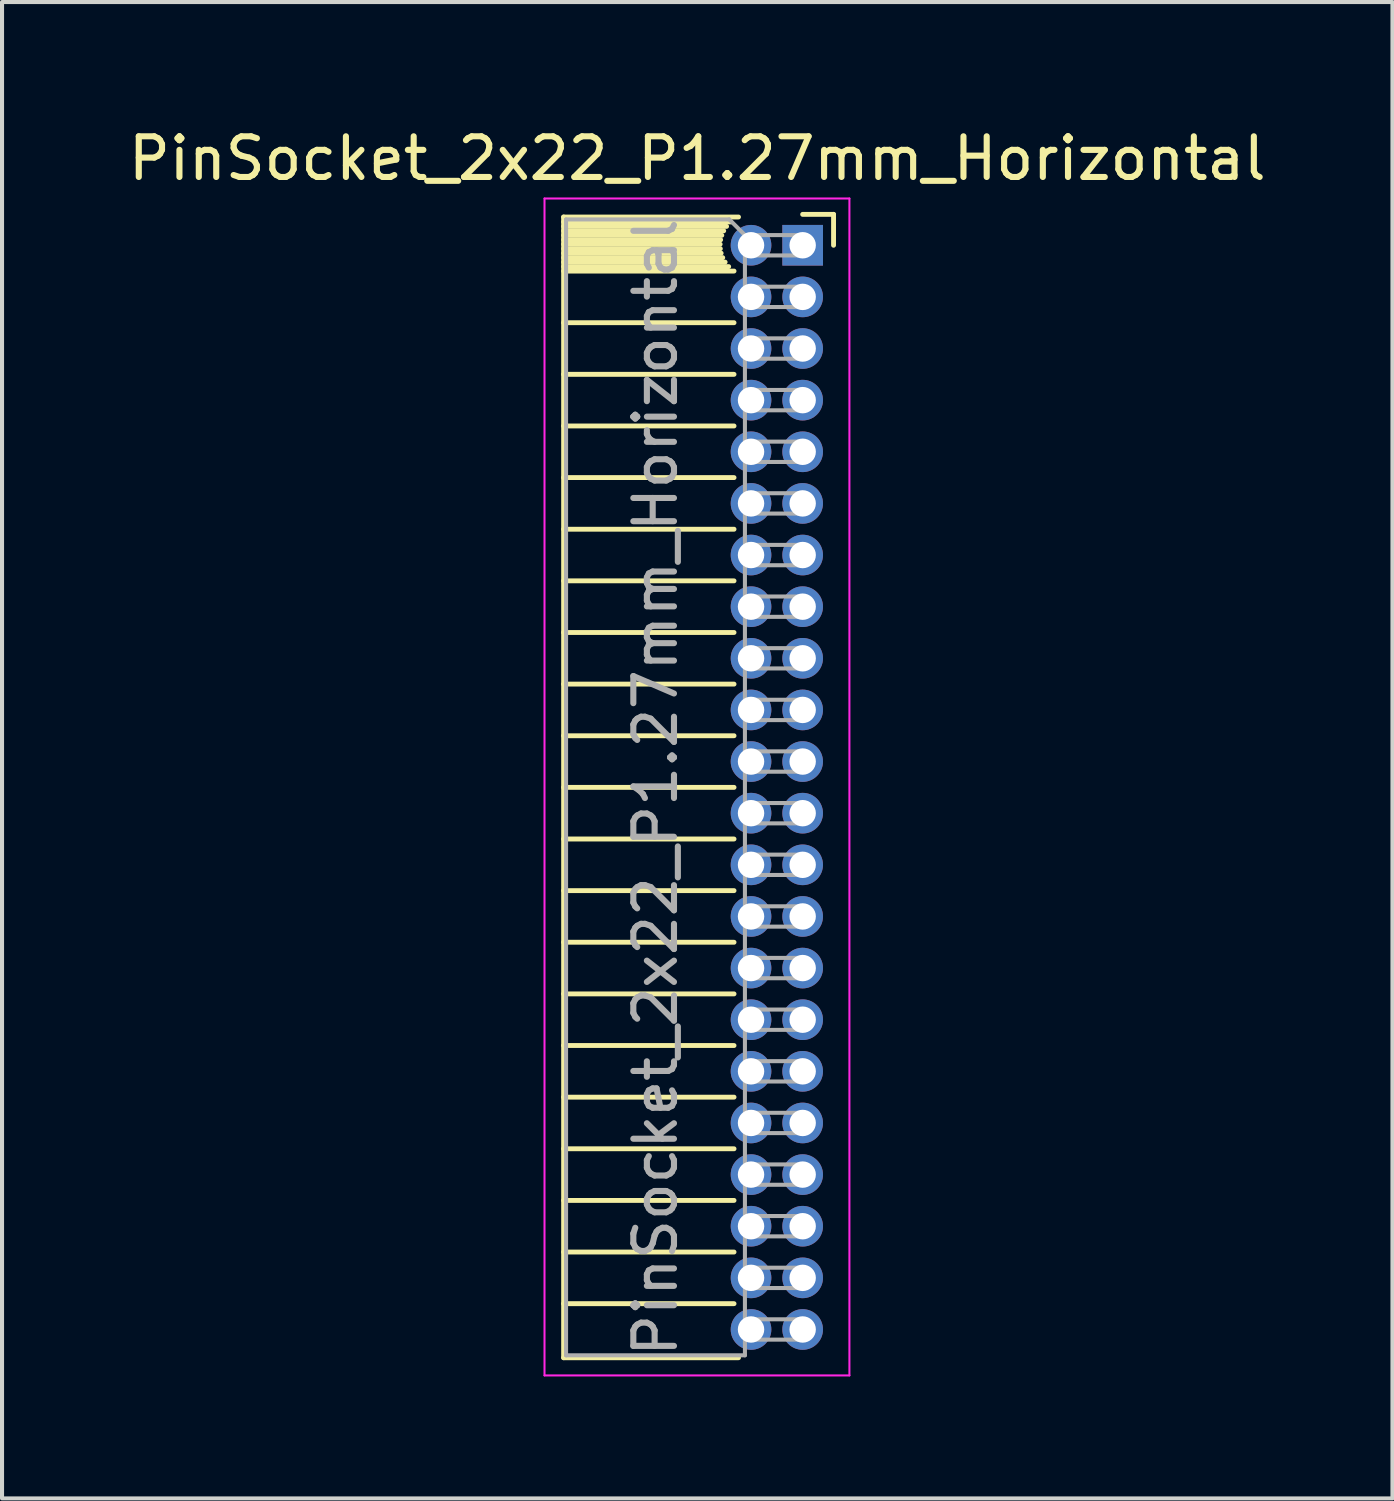
<source format=kicad_pcb>
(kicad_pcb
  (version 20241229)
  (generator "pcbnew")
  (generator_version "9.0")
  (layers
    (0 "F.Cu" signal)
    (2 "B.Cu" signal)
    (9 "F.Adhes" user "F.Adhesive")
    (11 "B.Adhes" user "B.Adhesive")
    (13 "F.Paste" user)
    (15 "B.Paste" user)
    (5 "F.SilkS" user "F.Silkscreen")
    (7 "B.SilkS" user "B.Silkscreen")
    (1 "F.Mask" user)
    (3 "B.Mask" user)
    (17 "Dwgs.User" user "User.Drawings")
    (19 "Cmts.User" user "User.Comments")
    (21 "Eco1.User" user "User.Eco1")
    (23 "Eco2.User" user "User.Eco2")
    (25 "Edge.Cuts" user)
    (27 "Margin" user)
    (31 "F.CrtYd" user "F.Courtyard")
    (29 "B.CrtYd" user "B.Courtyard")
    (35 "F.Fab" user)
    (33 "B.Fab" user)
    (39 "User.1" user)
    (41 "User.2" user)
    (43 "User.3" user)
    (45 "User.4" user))
  (footprint "PinSocket_2x22_P1.27mm_Horizontal"
    (layer "F.Cu")
    (at 16.694 2.983)
    (property "Reference" "PinSocket_2x22_P1.27mm_Horizontal" (at -2.592 -2.135 0) (layer "F.SilkS") (effects (font (size 1 1) (thickness 0.15))))
    (attr through_hole)
    (fp_line (start -5.88 -0.695) (end -5.88 27.365) (stroke (width 0.12) (type solid)) (layer "F.SilkS"))
    (fp_line (start -5.88 -0.695) (end -1.578 -0.695) (stroke (width 0.12) (type solid)) (layer "F.SilkS"))
    (fp_line (start -5.88 -0.575) (end -1.767 -0.575) (stroke (width 0.12) (type solid)) (layer "F.SilkS"))
    (fp_line (start -5.88 -0.465) (end -1.871 -0.465) (stroke (width 0.12) (type solid)) (layer "F.SilkS"))
    (fp_line (start -5.88 -0.355) (end -1.942 -0.355) (stroke (width 0.12) (type solid)) (layer "F.SilkS"))
    (fp_line (start -5.88 -0.245) (end -1.989 -0.245) (stroke (width 0.12) (type solid)) (layer "F.SilkS"))
    (fp_line (start -5.88 -0.135) (end -2.018 -0.135) (stroke (width 0.12) (type solid)) (layer "F.SilkS"))
    (fp_line (start -5.88 -0.025) (end -2.03 -0.025) (stroke (width 0.12) (type solid)) (layer "F.SilkS"))
    (fp_line (start -5.88 0.085) (end -2.025 0.085) (stroke (width 0.12) (type solid)) (layer "F.SilkS"))
    (fp_line (start -5.88 0.195) (end -2.005 0.195) (stroke (width 0.12) (type solid)) (layer "F.SilkS"))
    (fp_line (start -5.88 0.305) (end -1.966 0.305) (stroke (width 0.12) (type solid)) (layer "F.SilkS"))
    (fp_line (start -5.88 0.415) (end -1.907 0.415) (stroke (width 0.12) (type solid)) (layer "F.SilkS"))
    (fp_line (start -5.88 0.525) (end -1.82 0.525) (stroke (width 0.12) (type solid)) (layer "F.SilkS"))
    (fp_line (start -5.88 0.635) (end -1.688 0.635) (stroke (width 0.12) (type solid)) (layer "F.SilkS"))
    (fp_line (start -5.88 1.905) (end -1.688 1.905) (stroke (width 0.12) (type solid)) (layer "F.SilkS"))
    (fp_line (start -5.88 3.175) (end -1.688 3.175) (stroke (width 0.12) (type solid)) (layer "F.SilkS"))
    (fp_line (start -5.88 4.445) (end -1.688 4.445) (stroke (width 0.12) (type solid)) (layer "F.SilkS"))
    (fp_line (start -5.88 5.715) (end -1.688 5.715) (stroke (width 0.12) (type solid)) (layer "F.SilkS"))
    (fp_line (start -5.88 6.985) (end -1.688 6.985) (stroke (width 0.12) (type solid)) (layer "F.SilkS"))
    (fp_line (start -5.88 8.255) (end -1.688 8.255) (stroke (width 0.12) (type solid)) (layer "F.SilkS"))
    (fp_line (start -5.88 9.525) (end -1.688 9.525) (stroke (width 0.12) (type solid)) (layer "F.SilkS"))
    (fp_line (start -5.88 10.795) (end -1.688 10.795) (stroke (width 0.12) (type solid)) (layer "F.SilkS"))
    (fp_line (start -5.88 12.065) (end -1.688 12.065) (stroke (width 0.12) (type solid)) (layer "F.SilkS"))
    (fp_line (start -5.88 13.335) (end -1.688 13.335) (stroke (width 0.12) (type solid)) (layer "F.SilkS"))
    (fp_line (start -5.88 14.605) (end -1.688 14.605) (stroke (width 0.12) (type solid)) (layer "F.SilkS"))
    (fp_line (start -5.88 15.875) (end -1.688 15.875) (stroke (width 0.12) (type solid)) (layer "F.SilkS"))
    (fp_line (start -5.88 17.145) (end -1.688 17.145) (stroke (width 0.12) (type solid)) (layer "F.SilkS"))
    (fp_line (start -5.88 18.415) (end -1.688 18.415) (stroke (width 0.12) (type solid)) (layer "F.SilkS"))
    (fp_line (start -5.88 19.685) (end -1.688 19.685) (stroke (width 0.12) (type solid)) (layer "F.SilkS"))
    (fp_line (start -5.88 20.955) (end -1.688 20.955) (stroke (width 0.12) (type solid)) (layer "F.SilkS"))
    (fp_line (start -5.88 22.225) (end -1.688 22.225) (stroke (width 0.12) (type solid)) (layer "F.SilkS"))
    (fp_line (start -5.88 23.495) (end -1.688 23.495) (stroke (width 0.12) (type solid)) (layer "F.SilkS"))
    (fp_line (start -5.88 24.765) (end -1.688 24.765) (stroke (width 0.12) (type solid)) (layer "F.SilkS"))
    (fp_line (start -5.88 26.035) (end -1.688 26.035) (stroke (width 0.12) (type solid)) (layer "F.SilkS"))
    (fp_line (start -5.88 27.365) (end -1.578 27.365) (stroke (width 0.12) (type solid)) (layer "F.SilkS"))
    (fp_line (start 0 -0.76) (end 0.76 -0.76) (stroke (width 0.12) (type solid)) (layer "F.SilkS"))
    (fp_line (start 0.76 -0.76) (end 0.76 0) (stroke (width 0.12) (type solid)) (layer "F.SilkS"))
    (fp_line (start -6.35 -1.15) (end -6.35 27.8) (stroke (width 0.05) (type solid)) (layer "F.CrtYd"))
    (fp_line (start -6.35 27.8) (end 1.15 27.8) (stroke (width 0.05) (type solid)) (layer "F.CrtYd"))
    (fp_line (start 1.15 -1.15) (end -6.35 -1.15) (stroke (width 0.05) (type solid)) (layer "F.CrtYd"))
    (fp_line (start 1.15 27.8) (end 1.15 -1.15) (stroke (width 0.05) (type solid)) (layer "F.CrtYd"))
    (fp_line (start -5.82 -0.635) (end -1.805 -0.635) (stroke (width 0.1) (type solid)) (layer "F.Fab"))
    (fp_line (start -5.82 27.305) (end -5.82 -0.635) (stroke (width 0.1) (type solid)) (layer "F.Fab"))
    (fp_line (start -1.805 -0.635) (end -1.42 -0.25) (stroke (width 0.1) (type solid)) (layer "F.Fab"))
    (fp_line (start -1.42 -0.25) (end -1.42 27.305) (stroke (width 0.1) (type solid)) (layer "F.Fab"))
    (fp_line (start -1.42 0.25) (end 0 0.25) (stroke (width 0.1) (type solid)) (layer "F.Fab"))
    (fp_line (start -1.42 1.52) (end 0 1.52) (stroke (width 0.1) (type solid)) (layer "F.Fab"))
    (fp_line (start -1.42 2.79) (end 0 2.79) (stroke (width 0.1) (type solid)) (layer "F.Fab"))
    (fp_line (start -1.42 4.06) (end 0 4.06) (stroke (width 0.1) (type solid)) (layer "F.Fab"))
    (fp_line (start -1.42 5.33) (end 0 5.33) (stroke (width 0.1) (type solid)) (layer "F.Fab"))
    (fp_line (start -1.42 6.6) (end 0 6.6) (stroke (width 0.1) (type solid)) (layer "F.Fab"))
    (fp_line (start -1.42 7.87) (end 0 7.87) (stroke (width 0.1) (type solid)) (layer "F.Fab"))
    (fp_line (start -1.42 9.14) (end 0 9.14) (stroke (width 0.1) (type solid)) (layer "F.Fab"))
    (fp_line (start -1.42 10.41) (end 0 10.41) (stroke (width 0.1) (type solid)) (layer "F.Fab"))
    (fp_line (start -1.42 11.68) (end 0 11.68) (stroke (width 0.1) (type solid)) (layer "F.Fab"))
    (fp_line (start -1.42 12.95) (end 0 12.95) (stroke (width 0.1) (type solid)) (layer "F.Fab"))
    (fp_line (start -1.42 14.22) (end 0 14.22) (stroke (width 0.1) (type solid)) (layer "F.Fab"))
    (fp_line (start -1.42 15.49) (end 0 15.49) (stroke (width 0.1) (type solid)) (layer "F.Fab"))
    (fp_line (start -1.42 16.76) (end 0 16.76) (stroke (width 0.1) (type solid)) (layer "F.Fab"))
    (fp_line (start -1.42 18.03) (end 0 18.03) (stroke (width 0.1) (type solid)) (layer "F.Fab"))
    (fp_line (start -1.42 19.3) (end 0 19.3) (stroke (width 0.1) (type solid)) (layer "F.Fab"))
    (fp_line (start -1.42 20.57) (end 0 20.57) (stroke (width 0.1) (type solid)) (layer "F.Fab"))
    (fp_line (start -1.42 21.84) (end 0 21.84) (stroke (width 0.1) (type solid)) (layer "F.Fab"))
    (fp_line (start -1.42 23.11) (end 0 23.11) (stroke (width 0.1) (type solid)) (layer "F.Fab"))
    (fp_line (start -1.42 24.38) (end 0 24.38) (stroke (width 0.1) (type solid)) (layer "F.Fab"))
    (fp_line (start -1.42 25.65) (end 0 25.65) (stroke (width 0.1) (type solid)) (layer "F.Fab"))
    (fp_line (start -1.42 26.92) (end 0 26.92) (stroke (width 0.1) (type solid)) (layer "F.Fab"))
    (fp_line (start -1.42 27.305) (end -5.82 27.305) (stroke (width 0.1) (type solid)) (layer "F.Fab"))
    (fp_line (start 0 -0.25) (end -1.42 -0.25) (stroke (width 0.1) (type solid)) (layer "F.Fab"))
    (fp_line (start 0 0.25) (end 0 -0.25) (stroke (width 0.1) (type solid)) (layer "F.Fab"))
    (fp_line (start 0 1.02) (end -1.42 1.02) (stroke (width 0.1) (type solid)) (layer "F.Fab"))
    (fp_line (start 0 1.52) (end 0 1.02) (stroke (width 0.1) (type solid)) (layer "F.Fab"))
    (fp_line (start 0 2.29) (end -1.42 2.29) (stroke (width 0.1) (type solid)) (layer "F.Fab"))
    (fp_line (start 0 2.79) (end 0 2.29) (stroke (width 0.1) (type solid)) (layer "F.Fab"))
    (fp_line (start 0 3.56) (end -1.42 3.56) (stroke (width 0.1) (type solid)) (layer "F.Fab"))
    (fp_line (start 0 4.06) (end 0 3.56) (stroke (width 0.1) (type solid)) (layer "F.Fab"))
    (fp_line (start 0 4.83) (end -1.42 4.83) (stroke (width 0.1) (type solid)) (layer "F.Fab"))
    (fp_line (start 0 5.33) (end 0 4.83) (stroke (width 0.1) (type solid)) (layer "F.Fab"))
    (fp_line (start 0 6.1) (end -1.42 6.1) (stroke (width 0.1) (type solid)) (layer "F.Fab"))
    (fp_line (start 0 6.6) (end 0 6.1) (stroke (width 0.1) (type solid)) (layer "F.Fab"))
    (fp_line (start 0 7.37) (end -1.42 7.37) (stroke (width 0.1) (type solid)) (layer "F.Fab"))
    (fp_line (start 0 7.87) (end 0 7.37) (stroke (width 0.1) (type solid)) (layer "F.Fab"))
    (fp_line (start 0 8.64) (end -1.42 8.64) (stroke (width 0.1) (type solid)) (layer "F.Fab"))
    (fp_line (start 0 9.14) (end 0 8.64) (stroke (width 0.1) (type solid)) (layer "F.Fab"))
    (fp_line (start 0 9.91) (end -1.42 9.91) (stroke (width 0.1) (type solid)) (layer "F.Fab"))
    (fp_line (start 0 10.41) (end 0 9.91) (stroke (width 0.1) (type solid)) (layer "F.Fab"))
    (fp_line (start 0 11.18) (end -1.42 11.18) (stroke (width 0.1) (type solid)) (layer "F.Fab"))
    (fp_line (start 0 11.68) (end 0 11.18) (stroke (width 0.1) (type solid)) (layer "F.Fab"))
    (fp_line (start 0 12.45) (end -1.42 12.45) (stroke (width 0.1) (type solid)) (layer "F.Fab"))
    (fp_line (start 0 12.95) (end 0 12.45) (stroke (width 0.1) (type solid)) (layer "F.Fab"))
    (fp_line (start 0 13.72) (end -1.42 13.72) (stroke (width 0.1) (type solid)) (layer "F.Fab"))
    (fp_line (start 0 14.22) (end 0 13.72) (stroke (width 0.1) (type solid)) (layer "F.Fab"))
    (fp_line (start 0 14.99) (end -1.42 14.99) (stroke (width 0.1) (type solid)) (layer "F.Fab"))
    (fp_line (start 0 15.49) (end 0 14.99) (stroke (width 0.1) (type solid)) (layer "F.Fab"))
    (fp_line (start 0 16.26) (end -1.42 16.26) (stroke (width 0.1) (type solid)) (layer "F.Fab"))
    (fp_line (start 0 16.76) (end 0 16.26) (stroke (width 0.1) (type solid)) (layer "F.Fab"))
    (fp_line (start 0 17.53) (end -1.42 17.53) (stroke (width 0.1) (type solid)) (layer "F.Fab"))
    (fp_line (start 0 18.03) (end 0 17.53) (stroke (width 0.1) (type solid)) (layer "F.Fab"))
    (fp_line (start 0 18.8) (end -1.42 18.8) (stroke (width 0.1) (type solid)) (layer "F.Fab"))
    (fp_line (start 0 19.3) (end 0 18.8) (stroke (width 0.1) (type solid)) (layer "F.Fab"))
    (fp_line (start 0 20.07) (end -1.42 20.07) (stroke (width 0.1) (type solid)) (layer "F.Fab"))
    (fp_line (start 0 20.57) (end 0 20.07) (stroke (width 0.1) (type solid)) (layer "F.Fab"))
    (fp_line (start 0 21.34) (end -1.42 21.34) (stroke (width 0.1) (type solid)) (layer "F.Fab"))
    (fp_line (start 0 21.84) (end 0 21.34) (stroke (width 0.1) (type solid)) (layer "F.Fab"))
    (fp_line (start 0 22.61) (end -1.42 22.61) (stroke (width 0.1) (type solid)) (layer "F.Fab"))
    (fp_line (start 0 23.11) (end 0 22.61) (stroke (width 0.1) (type solid)) (layer "F.Fab"))
    (fp_line (start 0 23.88) (end -1.42 23.88) (stroke (width 0.1) (type solid)) (layer "F.Fab"))
    (fp_line (start 0 24.38) (end 0 23.88) (stroke (width 0.1) (type solid)) (layer "F.Fab"))
    (fp_line (start 0 25.15) (end -1.42 25.15) (stroke (width 0.1) (type solid)) (layer "F.Fab"))
    (fp_line (start 0 25.65) (end 0 25.15) (stroke (width 0.1) (type solid)) (layer "F.Fab"))
    (fp_line (start 0 26.42) (end -1.42 26.42) (stroke (width 0.1) (type solid)) (layer "F.Fab"))
    (fp_line (start 0 26.92) (end 0 26.42) (stroke (width 0.1) (type solid)) (layer "F.Fab"))
    (fp_text user "${REFERENCE}" (at -3.62 13.335 90) (layer "F.Fab") (effects (font (size 1 1) (thickness 0.15))))
    (pad "1" thru_hole rect (at 0 0) (size 1 1) (drill 0.65) (layers "*.Cu" "*.Mask"))
    (pad "2" thru_hole oval (at -1.27 0) (size 1 1) (drill 0.65) (layers "*.Cu" "*.Mask"))
    (pad "3" thru_hole oval (at 0 1.27) (size 1 1) (drill 0.65) (layers "*.Cu" "*.Mask"))
    (pad "4" thru_hole oval (at -1.27 1.27) (size 1 1) (drill 0.65) (layers "*.Cu" "*.Mask"))
    (pad "5" thru_hole oval (at 0 2.54) (size 1 1) (drill 0.65) (layers "*.Cu" "*.Mask"))
    (pad "6" thru_hole oval (at -1.27 2.54) (size 1 1) (drill 0.65) (layers "*.Cu" "*.Mask"))
    (pad "7" thru_hole oval (at 0 3.81) (size 1 1) (drill 0.65) (layers "*.Cu" "*.Mask"))
    (pad "8" thru_hole oval (at -1.27 3.81) (size 1 1) (drill 0.65) (layers "*.Cu" "*.Mask"))
    (pad "9" thru_hole oval (at 0 5.08) (size 1 1) (drill 0.65) (layers "*.Cu" "*.Mask"))
    (pad "10" thru_hole oval (at -1.27 5.08) (size 1 1) (drill 0.65) (layers "*.Cu" "*.Mask"))
    (pad "11" thru_hole oval (at 0 6.35) (size 1 1) (drill 0.65) (layers "*.Cu" "*.Mask"))
    (pad "12" thru_hole oval (at -1.27 6.35) (size 1 1) (drill 0.65) (layers "*.Cu" "*.Mask"))
    (pad "13" thru_hole oval (at 0 7.62) (size 1 1) (drill 0.65) (layers "*.Cu" "*.Mask"))
    (pad "14" thru_hole oval (at -1.27 7.62) (size 1 1) (drill 0.65) (layers "*.Cu" "*.Mask"))
    (pad "15" thru_hole oval (at 0 8.89) (size 1 1) (drill 0.65) (layers "*.Cu" "*.Mask"))
    (pad "16" thru_hole oval (at -1.27 8.89) (size 1 1) (drill 0.65) (layers "*.Cu" "*.Mask"))
    (pad "17" thru_hole oval (at 0 10.16) (size 1 1) (drill 0.65) (layers "*.Cu" "*.Mask"))
    (pad "18" thru_hole oval (at -1.27 10.16) (size 1 1) (drill 0.65) (layers "*.Cu" "*.Mask"))
    (pad "19" thru_hole oval (at 0 11.43) (size 1 1) (drill 0.65) (layers "*.Cu" "*.Mask"))
    (pad "20" thru_hole oval (at -1.27 11.43) (size 1 1) (drill 0.65) (layers "*.Cu" "*.Mask"))
    (pad "21" thru_hole oval (at 0 12.7) (size 1 1) (drill 0.65) (layers "*.Cu" "*.Mask"))
    (pad "22" thru_hole oval (at -1.27 12.7) (size 1 1) (drill 0.65) (layers "*.Cu" "*.Mask"))
    (pad "23" thru_hole oval (at 0 13.97) (size 1 1) (drill 0.65) (layers "*.Cu" "*.Mask"))
    (pad "24" thru_hole oval (at -1.27 13.97) (size 1 1) (drill 0.65) (layers "*.Cu" "*.Mask"))
    (pad "25" thru_hole oval (at 0 15.24) (size 1 1) (drill 0.65) (layers "*.Cu" "*.Mask"))
    (pad "26" thru_hole oval (at -1.27 15.24) (size 1 1) (drill 0.65) (layers "*.Cu" "*.Mask"))
    (pad "27" thru_hole oval (at 0 16.51) (size 1 1) (drill 0.65) (layers "*.Cu" "*.Mask"))
    (pad "28" thru_hole oval (at -1.27 16.51) (size 1 1) (drill 0.65) (layers "*.Cu" "*.Mask"))
    (pad "29" thru_hole oval (at 0 17.78) (size 1 1) (drill 0.65) (layers "*.Cu" "*.Mask"))
    (pad "30" thru_hole oval (at -1.27 17.78) (size 1 1) (drill 0.65) (layers "*.Cu" "*.Mask"))
    (pad "31" thru_hole oval (at 0 19.05) (size 1 1) (drill 0.65) (layers "*.Cu" "*.Mask"))
    (pad "32" thru_hole oval (at -1.27 19.05) (size 1 1) (drill 0.65) (layers "*.Cu" "*.Mask"))
    (pad "33" thru_hole oval (at 0 20.32) (size 1 1) (drill 0.65) (layers "*.Cu" "*.Mask"))
    (pad "34" thru_hole oval (at -1.27 20.32) (size 1 1) (drill 0.65) (layers "*.Cu" "*.Mask"))
    (pad "35" thru_hole oval (at 0 21.59) (size 1 1) (drill 0.65) (layers "*.Cu" "*.Mask"))
    (pad "36" thru_hole oval (at -1.27 21.59) (size 1 1) (drill 0.65) (layers "*.Cu" "*.Mask"))
    (pad "37" thru_hole oval (at 0 22.86) (size 1 1) (drill 0.65) (layers "*.Cu" "*.Mask"))
    (pad "38" thru_hole oval (at -1.27 22.86) (size 1 1) (drill 0.65) (layers "*.Cu" "*.Mask"))
    (pad "39" thru_hole oval (at 0 24.13) (size 1 1) (drill 0.65) (layers "*.Cu" "*.Mask"))
    (pad "40" thru_hole oval (at -1.27 24.13) (size 1 1) (drill 0.65) (layers "*.Cu" "*.Mask"))
    (pad "41" thru_hole oval (at 0 25.4) (size 1 1) (drill 0.65) (layers "*.Cu" "*.Mask"))
    (pad "42" thru_hole oval (at -1.27 25.4) (size 1 1) (drill 0.65) (layers "*.Cu" "*.Mask"))
    (pad "43" thru_hole oval (at 0 26.67) (size 1 1) (drill 0.65) (layers "*.Cu" "*.Mask"))
    (pad "44" thru_hole oval (at -1.27 26.67) (size 1 1) (drill 0.65) (layers "*.Cu" "*.Mask")))
  (gr_rect
    (start -3 -3)
    (end 31.202 33.808)
    (stroke (width 0.1) (type default))
    (fill no)
    (layer "Edge.Cuts")))
</source>
